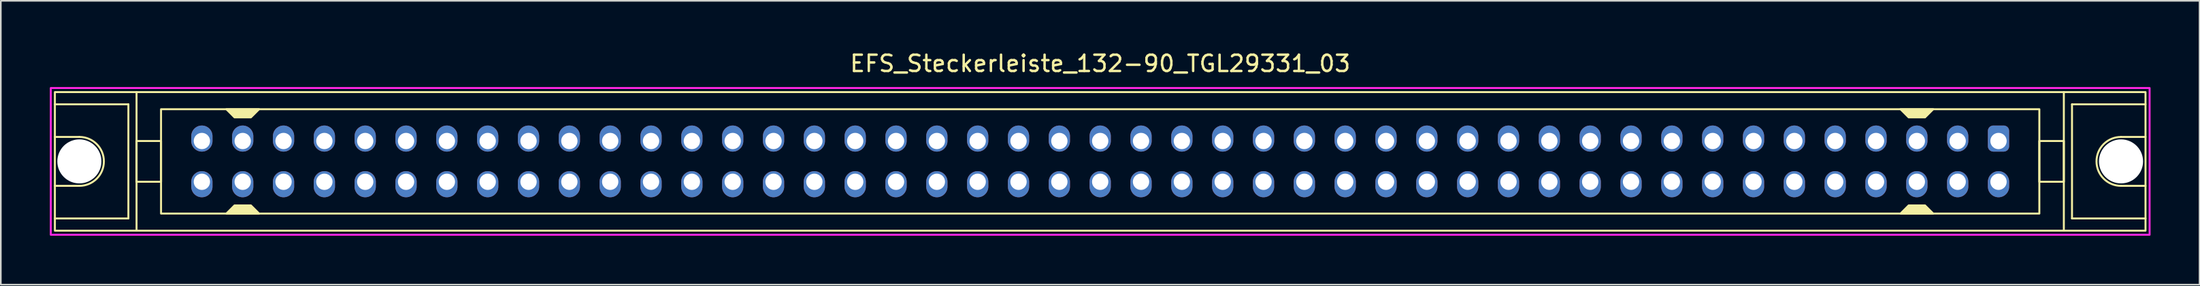
<source format=kicad_pcb>
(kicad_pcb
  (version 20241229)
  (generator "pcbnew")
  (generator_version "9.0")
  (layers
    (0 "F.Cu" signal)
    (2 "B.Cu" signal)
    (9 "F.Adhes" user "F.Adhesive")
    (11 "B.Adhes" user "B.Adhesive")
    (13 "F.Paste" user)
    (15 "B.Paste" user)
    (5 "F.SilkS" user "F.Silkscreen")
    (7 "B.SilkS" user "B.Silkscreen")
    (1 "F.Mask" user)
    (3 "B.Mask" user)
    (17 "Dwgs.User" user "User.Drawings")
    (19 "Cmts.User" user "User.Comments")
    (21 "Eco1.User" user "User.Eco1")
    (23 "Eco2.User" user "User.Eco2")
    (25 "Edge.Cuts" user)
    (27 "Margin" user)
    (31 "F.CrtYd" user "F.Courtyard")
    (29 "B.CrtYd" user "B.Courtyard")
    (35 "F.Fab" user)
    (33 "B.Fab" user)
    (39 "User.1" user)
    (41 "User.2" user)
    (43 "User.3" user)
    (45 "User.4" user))
  (footprint "EFS_Steckerleiste_132-90_TGL29331_03"
    (layer "F.Cu")
    (at 64.31 6.848)
    (property "Reference" "EFS_Steckerleiste_132-90_TGL29331_03" (at 0 -6 180) (layer "F.SilkS") (effects (font (size 1 1) (thickness 0.15))))
    (attr through_hole)
    (fp_line (start -64 -3.5) (end -59.5 -3.5) (stroke (width 0.12) (type solid)) (layer "F.SilkS"))
    (fp_line (start -62.5 -1.5) (end -64 -1.5) (stroke (width 0.12) (type solid)) (layer "F.SilkS"))
    (fp_line (start -62.5 1.5) (end -64 1.5) (stroke (width 0.12) (type solid)) (layer "F.SilkS"))
    (fp_line (start -59.5 -3.5) (end -59.5 3.5) (stroke (width 0.12) (type solid)) (layer "F.SilkS"))
    (fp_line (start -59.5 3.5) (end -64 3.5) (stroke (width 0.12) (type solid)) (layer "F.SilkS"))
    (fp_line (start -59 4.25) (end -59 -4.25) (stroke (width 0.12) (type solid)) (layer "F.SilkS"))
    (fp_line (start 59 4.25) (end 59 -4.25) (stroke (width 0.12) (type solid)) (layer "F.SilkS"))
    (fp_line (start 59.5 -3.5) (end 59.5 3.5) (stroke (width 0.12) (type solid)) (layer "F.SilkS"))
    (fp_line (start 59.5 3.5) (end 64 3.5) (stroke (width 0.12) (type solid)) (layer "F.SilkS"))
    (fp_line (start 62.5 -1.5) (end 64 -1.5) (stroke (width 0.12) (type solid)) (layer "F.SilkS"))
    (fp_line (start 62.5 1.5) (end 64 1.5) (stroke (width 0.12) (type solid)) (layer "F.SilkS"))
    (fp_line (start 64 -3.5) (end 59.5 -3.5) (stroke (width 0.12) (type solid)) (layer "F.SilkS"))
    (fp_rect (start -64 -4.25) (end 64 4.25) (stroke (width 0.12) (type solid)) (fill no) (layer "F.SilkS"))
    (fp_rect (start -57.5 -3.2) (end 57.5 3.2) (stroke (width 0.12) (type solid)) (fill no) (layer "F.SilkS"))
    (fp_rect (start -57.5 -1.25) (end -59 1.25) (stroke (width 0.12) (type solid)) (fill no) (layer "F.SilkS"))
    (fp_rect (start 59 -1.25) (end 57.5 1.25) (stroke (width 0.12) (type solid)) (fill no) (layer "F.SilkS"))
    (fp_arc (start -62.5 -1.5) (mid -61 0) (end -62.5 1.5) (stroke (width 0.12) (type solid)) (layer "F.SilkS"))
    (fp_arc (start 62.5 1.5) (mid 61 0) (end 62.5 -1.5) (stroke (width 0.12) (type solid)) (layer "F.SilkS"))
    (fp_poly (pts (xy -53 2.7) (xy -52 2.7) (xy -51.5 3.2) (xy -53.5 3.2)) (stroke (width 0.12) (type solid)) (fill yes) (layer "F.SilkS"))
    (fp_poly (pts (xy -52 -2.7) (xy -53 -2.7) (xy -53.5 -3.2) (xy -51.5 -3.2)) (stroke (width 0.12) (type solid)) (fill yes) (layer "F.SilkS"))
    (fp_poly (pts (xy 49.5 2.7) (xy 50.5 2.7) (xy 51 3.2) (xy 49 3.2)) (stroke (width 0.12) (type solid)) (fill yes) (layer "F.SilkS"))
    (fp_poly (pts (xy 50.5 -2.7) (xy 49.5 -2.7) (xy 49 -3.2) (xy 51 -3.2)) (stroke (width 0.12) (type solid)) (fill yes) (layer "F.SilkS"))
    (fp_rect (start -64.25 -4.5) (end 64.25 4.5) (stroke (width 0.12) (type solid)) (fill no) (layer "F.CrtYd"))
    (pad "" np_thru_hole circle (at -62.5 0) (size 2.7 2.7) (drill 2.7) (layers "*.Cu" "*.Mask"))
    (pad "" np_thru_hole circle (at 62.5 0) (size 2.7 2.7) (drill 2.7) (layers "*.Cu" "*.Mask"))
    (pad "1a" thru_hole roundrect (at 55 -1.25) (size 1.3 1.6) (drill 1 (offset 0 -0.15)) (layers "*.Cu" "*.Mask") (roundrect_rratio 0.25))
    (pad "1b" thru_hole oval (at 55 1.25) (size 1.3 1.6) (drill 1 (offset 0 0.15)) (layers "*.Cu" "*.Mask"))
    (pad "2a" thru_hole oval (at 52.5 -1.25) (size 1.3 1.6) (drill 1 (offset 0 -0.15)) (layers "*.Cu" "*.Mask"))
    (pad "2b" thru_hole oval (at 52.5 1.25) (size 1.3 1.6) (drill 1 (offset 0 0.15)) (layers "*.Cu" "*.Mask"))
    (pad "3a" thru_hole oval (at 50 -1.25) (size 1.3 1.6) (drill 1 (offset 0 -0.15)) (layers "*.Cu" "*.Mask"))
    (pad "3b" thru_hole oval (at 50 1.25) (size 1.3 1.6) (drill 1 (offset 0 0.15)) (layers "*.Cu" "*.Mask"))
    (pad "4a" thru_hole oval (at 47.5 -1.25) (size 1.3 1.6) (drill 1 (offset 0 -0.15)) (layers "*.Cu" "*.Mask"))
    (pad "4b" thru_hole oval (at 47.5 1.25) (size 1.3 1.6) (drill 1 (offset 0 0.15)) (layers "*.Cu" "*.Mask"))
    (pad "5a" thru_hole oval (at 45 -1.25) (size 1.3 1.6) (drill 1 (offset 0 -0.15)) (layers "*.Cu" "*.Mask"))
    (pad "5b" thru_hole oval (at 45 1.25) (size 1.3 1.6) (drill 1 (offset 0 0.15)) (layers "*.Cu" "*.Mask"))
    (pad "6a" thru_hole oval (at 42.5 -1.25) (size 1.3 1.6) (drill 1 (offset 0 -0.15)) (layers "*.Cu" "*.Mask"))
    (pad "6b" thru_hole oval (at 42.5 1.25) (size 1.3 1.6) (drill 1 (offset 0 0.15)) (layers "*.Cu" "*.Mask"))
    (pad "7a" thru_hole oval (at 40 -1.25) (size 1.3 1.6) (drill 1 (offset 0 -0.15)) (layers "*.Cu" "*.Mask"))
    (pad "7b" thru_hole oval (at 40 1.25) (size 1.3 1.6) (drill 1 (offset 0 0.15)) (layers "*.Cu" "*.Mask"))
    (pad "8a" thru_hole oval (at 37.5 -1.25) (size 1.3 1.6) (drill 1 (offset 0 -0.15)) (layers "*.Cu" "*.Mask"))
    (pad "8b" thru_hole oval (at 37.5 1.25) (size 1.3 1.6) (drill 1 (offset 0 0.15)) (layers "*.Cu" "*.Mask"))
    (pad "9a" thru_hole oval (at 35 -1.25) (size 1.3 1.6) (drill 1 (offset 0 -0.15)) (layers "*.Cu" "*.Mask"))
    (pad "9b" thru_hole oval (at 35 1.25) (size 1.3 1.6) (drill 1 (offset 0 0.15)) (layers "*.Cu" "*.Mask"))
    (pad "10a" thru_hole oval (at 32.5 -1.25) (size 1.3 1.6) (drill 1 (offset 0 -0.15)) (layers "*.Cu" "*.Mask"))
    (pad "10b" thru_hole oval (at 32.5 1.25) (size 1.3 1.6) (drill 1 (offset 0 0.15)) (layers "*.Cu" "*.Mask"))
    (pad "11a" thru_hole oval (at 30 -1.25) (size 1.3 1.6) (drill 1 (offset 0 -0.15)) (layers "*.Cu" "*.Mask"))
    (pad "11b" thru_hole oval (at 30 1.25) (size 1.3 1.6) (drill 1 (offset 0 0.15)) (layers "*.Cu" "*.Mask"))
    (pad "12a" thru_hole oval (at 27.5 -1.25) (size 1.3 1.6) (drill 1 (offset 0 -0.15)) (layers "*.Cu" "*.Mask"))
    (pad "12b" thru_hole oval (at 27.5 1.25) (size 1.3 1.6) (drill 1 (offset 0 0.15)) (layers "*.Cu" "*.Mask"))
    (pad "13a" thru_hole oval (at 25 -1.25) (size 1.3 1.6) (drill 1 (offset 0 -0.15)) (layers "*.Cu" "*.Mask"))
    (pad "13b" thru_hole oval (at 25 1.25) (size 1.3 1.6) (drill 1 (offset 0 0.15)) (layers "*.Cu" "*.Mask"))
    (pad "14a" thru_hole oval (at 22.5 -1.25) (size 1.3 1.6) (drill 1 (offset 0 -0.15)) (layers "*.Cu" "*.Mask"))
    (pad "14b" thru_hole oval (at 22.5 1.25) (size 1.3 1.6) (drill 1 (offset 0 0.15)) (layers "*.Cu" "*.Mask"))
    (pad "15a" thru_hole oval (at 20 -1.25) (size 1.3 1.6) (drill 1 (offset 0 -0.15)) (layers "*.Cu" "*.Mask"))
    (pad "15b" thru_hole oval (at 20 1.25) (size 1.3 1.6) (drill 1 (offset 0 0.15)) (layers "*.Cu" "*.Mask"))
    (pad "16a" thru_hole oval (at 17.5 -1.25) (size 1.3 1.6) (drill 1 (offset 0 -0.15)) (layers "*.Cu" "*.Mask"))
    (pad "16b" thru_hole oval (at 17.5 1.25) (size 1.3 1.6) (drill 1 (offset 0 0.15)) (layers "*.Cu" "*.Mask"))
    (pad "17a" thru_hole oval (at 15 -1.25) (size 1.3 1.6) (drill 1 (offset 0 -0.15)) (layers "*.Cu" "*.Mask"))
    (pad "17b" thru_hole oval (at 15 1.25) (size 1.3 1.6) (drill 1 (offset 0 0.15)) (layers "*.Cu" "*.Mask"))
    (pad "18a" thru_hole oval (at 12.5 -1.25) (size 1.3 1.6) (drill 1 (offset 0 -0.15)) (layers "*.Cu" "*.Mask"))
    (pad "18b" thru_hole oval (at 12.5 1.25) (size 1.3 1.6) (drill 1 (offset 0 0.15)) (layers "*.Cu" "*.Mask"))
    (pad "19a" thru_hole oval (at 10 -1.25) (size 1.3 1.6) (drill 1 (offset 0 -0.15)) (layers "*.Cu" "*.Mask"))
    (pad "19b" thru_hole oval (at 10 1.25) (size 1.3 1.6) (drill 1 (offset 0 0.15)) (layers "*.Cu" "*.Mask"))
    (pad "20a" thru_hole oval (at 7.5 -1.25) (size 1.3 1.6) (drill 1 (offset 0 -0.15)) (layers "*.Cu" "*.Mask"))
    (pad "20b" thru_hole oval (at 7.5 1.25) (size 1.3 1.6) (drill 1 (offset 0 0.15)) (layers "*.Cu" "*.Mask"))
    (pad "21a" thru_hole oval (at 5 -1.25) (size 1.3 1.6) (drill 1 (offset 0 -0.15)) (layers "*.Cu" "*.Mask"))
    (pad "21b" thru_hole oval (at 5 1.25) (size 1.3 1.6) (drill 1 (offset 0 0.15)) (layers "*.Cu" "*.Mask"))
    (pad "22a" thru_hole oval (at 2.5 -1.25) (size 1.3 1.6) (drill 1 (offset 0 -0.15)) (layers "*.Cu" "*.Mask"))
    (pad "22b" thru_hole oval (at 2.5 1.25) (size 1.3 1.6) (drill 1 (offset 0 0.15)) (layers "*.Cu" "*.Mask"))
    (pad "23a" thru_hole oval (at 0 -1.25) (size 1.3 1.6) (drill 1 (offset 0 -0.15)) (layers "*.Cu" "*.Mask"))
    (pad "23b" thru_hole oval (at 0 1.25) (size 1.3 1.6) (drill 1 (offset 0 0.15)) (layers "*.Cu" "*.Mask"))
    (pad "24a" thru_hole oval (at -2.5 -1.25) (size 1.3 1.6) (drill 1 (offset 0 -0.15)) (layers "*.Cu" "*.Mask"))
    (pad "24b" thru_hole oval (at -2.5 1.25) (size 1.3 1.6) (drill 1 (offset 0 0.15)) (layers "*.Cu" "*.Mask"))
    (pad "25a" thru_hole oval (at -5 -1.25) (size 1.3 1.6) (drill 1 (offset 0 -0.15)) (layers "*.Cu" "*.Mask"))
    (pad "25b" thru_hole oval (at -5 1.25) (size 1.3 1.6) (drill 1 (offset 0 0.15)) (layers "*.Cu" "*.Mask"))
    (pad "26a" thru_hole oval (at -7.5 -1.25) (size 1.3 1.6) (drill 1 (offset 0 -0.15)) (layers "*.Cu" "*.Mask"))
    (pad "26b" thru_hole oval (at -7.5 1.25) (size 1.3 1.6) (drill 1 (offset 0 0.15)) (layers "*.Cu" "*.Mask"))
    (pad "27a" thru_hole oval (at -10 -1.25) (size 1.3 1.6) (drill 1 (offset 0 -0.15)) (layers "*.Cu" "*.Mask"))
    (pad "27b" thru_hole oval (at -10 1.25) (size 1.3 1.6) (drill 1 (offset 0 0.15)) (layers "*.Cu" "*.Mask"))
    (pad "28a" thru_hole oval (at -12.5 -1.25) (size 1.3 1.6) (drill 1 (offset 0 -0.15)) (layers "*.Cu" "*.Mask"))
    (pad "28b" thru_hole oval (at -12.5 1.25) (size 1.3 1.6) (drill 1 (offset 0 0.15)) (layers "*.Cu" "*.Mask"))
    (pad "29a" thru_hole oval (at -15 -1.25) (size 1.3 1.6) (drill 1 (offset 0 -0.15)) (layers "*.Cu" "*.Mask"))
    (pad "29b" thru_hole oval (at -15 1.25) (size 1.3 1.6) (drill 1 (offset 0 0.15)) (layers "*.Cu" "*.Mask"))
    (pad "30a" thru_hole oval (at -17.5 -1.25) (size 1.3 1.6) (drill 1 (offset 0 -0.15)) (layers "*.Cu" "*.Mask"))
    (pad "30b" thru_hole oval (at -17.5 1.25) (size 1.3 1.6) (drill 1 (offset 0 0.15)) (layers "*.Cu" "*.Mask"))
    (pad "31a" thru_hole oval (at -20 -1.25) (size 1.3 1.6) (drill 1 (offset 0 -0.15)) (layers "*.Cu" "*.Mask"))
    (pad "31b" thru_hole oval (at -20 1.25) (size 1.3 1.6) (drill 1 (offset 0 0.15)) (layers "*.Cu" "*.Mask"))
    (pad "32a" thru_hole oval (at -22.5 -1.25) (size 1.3 1.6) (drill 1 (offset 0 -0.15)) (layers "*.Cu" "*.Mask"))
    (pad "32b" thru_hole oval (at -22.5 1.25) (size 1.3 1.6) (drill 1 (offset 0 0.15)) (layers "*.Cu" "*.Mask"))
    (pad "33a" thru_hole oval (at -25 -1.25) (size 1.3 1.6) (drill 1 (offset 0 -0.15)) (layers "*.Cu" "*.Mask"))
    (pad "33b" thru_hole oval (at -25 1.25) (size 1.3 1.6) (drill 1 (offset 0 0.15)) (layers "*.Cu" "*.Mask"))
    (pad "34a" thru_hole oval (at -27.5 -1.25) (size 1.3 1.6) (drill 1 (offset 0 -0.15)) (layers "*.Cu" "*.Mask"))
    (pad "34b" thru_hole oval (at -27.5 1.25) (size 1.3 1.6) (drill 1 (offset 0 0.15)) (layers "*.Cu" "*.Mask"))
    (pad "35a" thru_hole oval (at -30 -1.25) (size 1.3 1.6) (drill 1 (offset 0 -0.15)) (layers "*.Cu" "*.Mask"))
    (pad "35b" thru_hole oval (at -30 1.25) (size 1.3 1.6) (drill 1 (offset 0 0.15)) (layers "*.Cu" "*.Mask"))
    (pad "36a" thru_hole oval (at -32.5 -1.25) (size 1.3 1.6) (drill 1 (offset 0 -0.15)) (layers "*.Cu" "*.Mask"))
    (pad "36b" thru_hole oval (at -32.5 1.25) (size 1.3 1.6) (drill 1 (offset 0 0.15)) (layers "*.Cu" "*.Mask"))
    (pad "37a" thru_hole oval (at -35 -1.25) (size 1.3 1.6) (drill 1 (offset 0 -0.15)) (layers "*.Cu" "*.Mask"))
    (pad "37b" thru_hole oval (at -35 1.25) (size 1.3 1.6) (drill 1 (offset 0 0.15)) (layers "*.Cu" "*.Mask"))
    (pad "38a" thru_hole oval (at -37.5 -1.25) (size 1.3 1.6) (drill 1 (offset 0 -0.15)) (layers "*.Cu" "*.Mask"))
    (pad "38b" thru_hole oval (at -37.5 1.25) (size 1.3 1.6) (drill 1 (offset 0 0.15)) (layers "*.Cu" "*.Mask"))
    (pad "39a" thru_hole oval (at -40 -1.25) (size 1.3 1.6) (drill 1 (offset 0 -0.15)) (layers "*.Cu" "*.Mask"))
    (pad "39b" thru_hole oval (at -40 1.25) (size 1.3 1.6) (drill 1 (offset 0 0.15)) (layers "*.Cu" "*.Mask"))
    (pad "40a" thru_hole oval (at -42.5 -1.25) (size 1.3 1.6) (drill 1 (offset 0 -0.15)) (layers "*.Cu" "*.Mask"))
    (pad "40b" thru_hole oval (at -42.5 1.25) (size 1.3 1.6) (drill 1 (offset 0 0.15)) (layers "*.Cu" "*.Mask"))
    (pad "41a" thru_hole oval (at -45 -1.25) (size 1.3 1.6) (drill 1 (offset 0 -0.15)) (layers "*.Cu" "*.Mask"))
    (pad "41b" thru_hole oval (at -45 1.25) (size 1.3 1.6) (drill 1 (offset 0 0.15)) (layers "*.Cu" "*.Mask"))
    (pad "42a" thru_hole oval (at -47.5 -1.25) (size 1.3 1.6) (drill 1 (offset 0 -0.15)) (layers "*.Cu" "*.Mask"))
    (pad "42b" thru_hole oval (at -47.5 1.25) (size 1.3 1.6) (drill 1 (offset 0 0.15)) (layers "*.Cu" "*.Mask"))
    (pad "43a" thru_hole oval (at -50 -1.25) (size 1.3 1.6) (drill 1 (offset 0 -0.15)) (layers "*.Cu" "*.Mask"))
    (pad "43b" thru_hole oval (at -50 1.25) (size 1.3 1.6) (drill 1 (offset 0 0.15)) (layers "*.Cu" "*.Mask"))
    (pad "44a" thru_hole oval (at -52.5 -1.25) (size 1.3 1.6) (drill 1 (offset 0 -0.15)) (layers "*.Cu" "*.Mask"))
    (pad "44b" thru_hole oval (at -52.5 1.25) (size 1.3 1.6) (drill 1 (offset 0 0.15)) (layers "*.Cu" "*.Mask"))
    (pad "45a" thru_hole oval (at -55 -1.25) (size 1.3 1.6) (drill 1 (offset 0 -0.15)) (layers "*.Cu" "*.Mask"))
    (pad "45b" thru_hole oval (at -55 1.25) (size 1.3 1.6) (drill 1 (offset 0 0.15)) (layers "*.Cu" "*.Mask")))
  (gr_rect
    (start -3 -3)
    (end 131.62 14.408)
    (stroke (width 0.1) (type default))
    (fill no)
    (layer "Edge.Cuts")))
</source>
